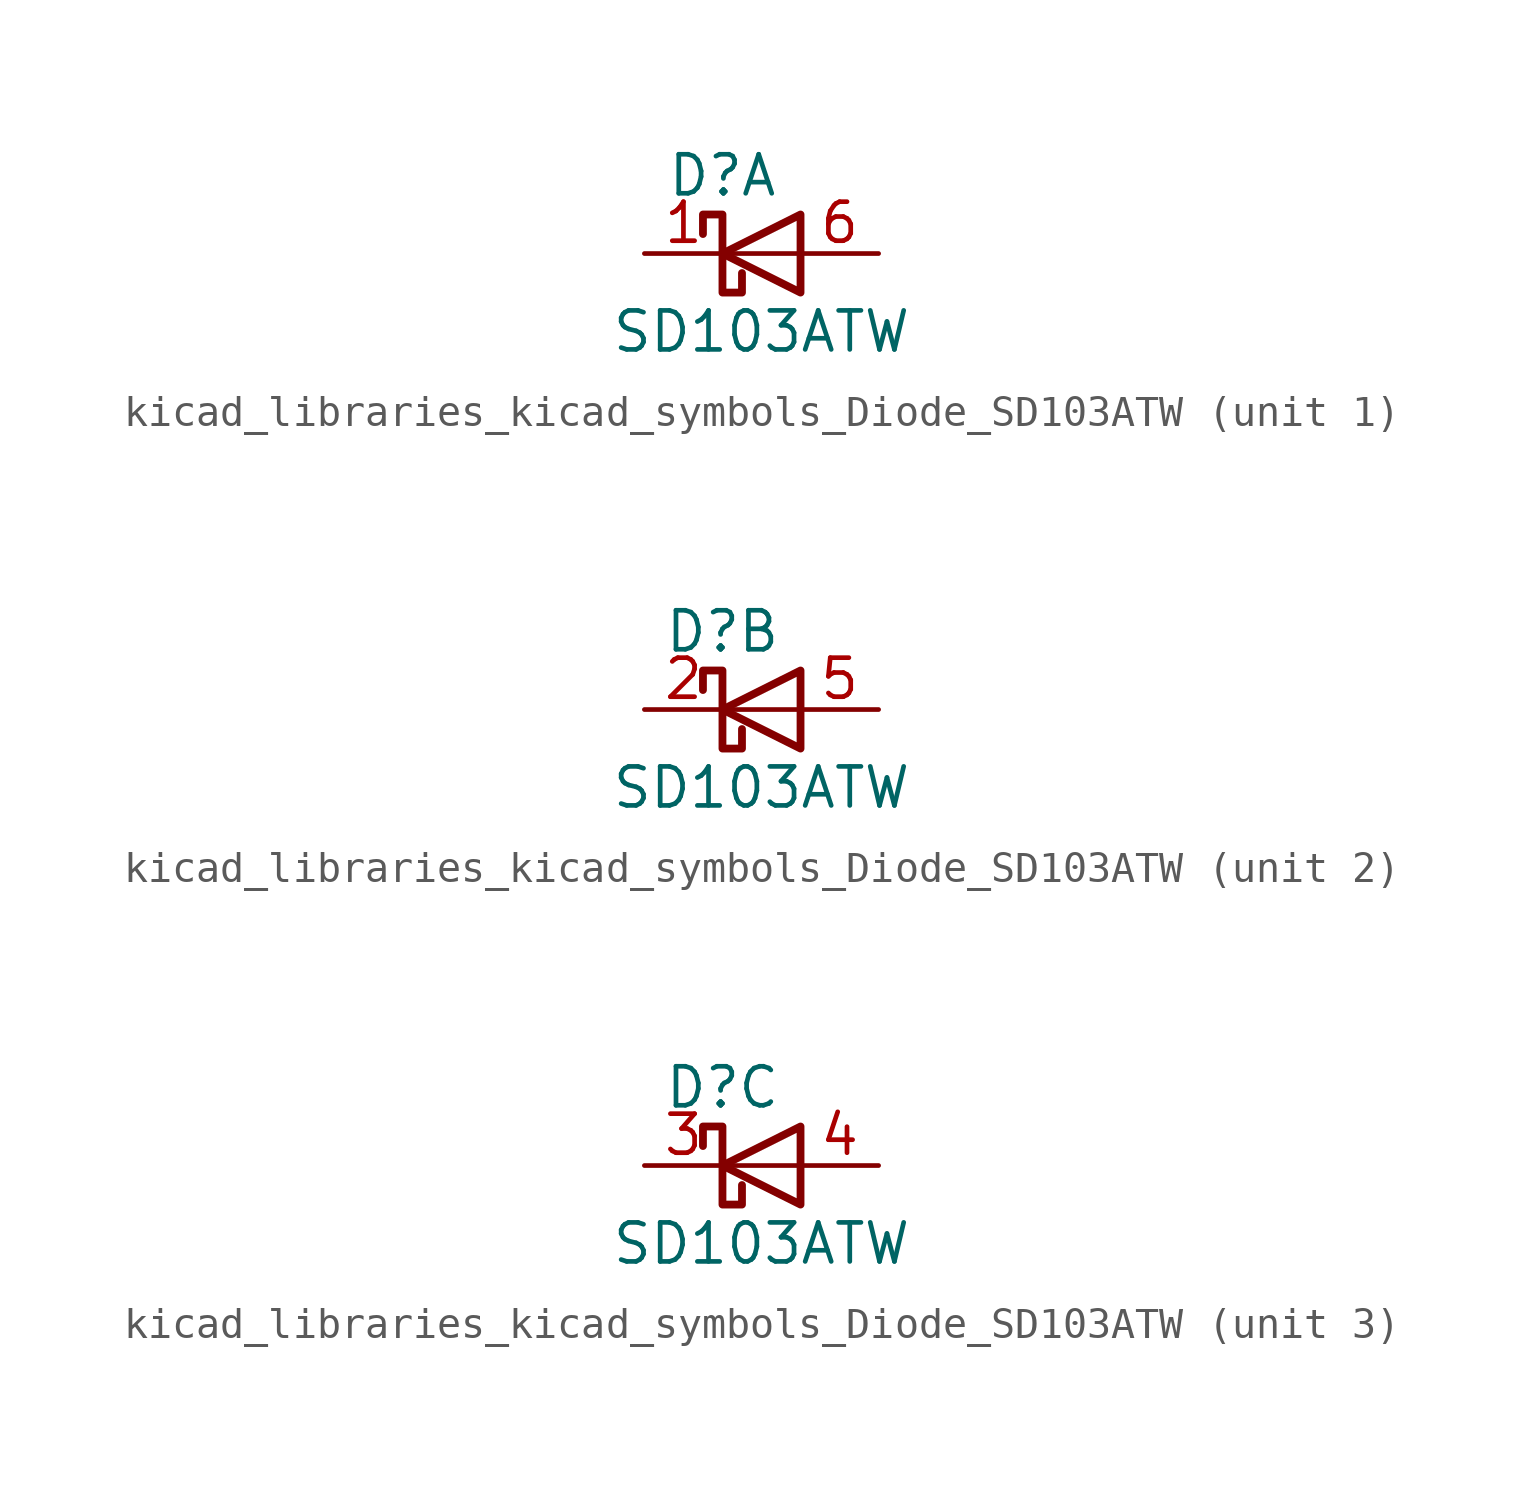
<source format=kicad_sym>
(kicad_symbol_lib
  (version 20220914)
  (generator kicad_symbol_editor)
  (symbol "kicad_libraries_kicad_symbols_Diode_SD103ATW"
    (pin_names hide)
    (property "Reference" "D"
      (at -1.27 2.54 0)
      (effects (font (size 1.27 1.27))))
    (property "Value" "SD103ATW"
      (at 0 -2.54 0)
      (effects (font (size 1.27 1.27))))
    (symbol "kicad_libraries_kicad_symbols_Diode_SD103ATW_0_1"
      (polyline (pts (xy 1.27 0) (xy -1.27 0)) (stroke (width 0) (type default)) (fill (type none)))
      (polyline (pts (xy 1.27 1.27) (xy 1.27 -1.27) (xy -1.27 0) (xy 1.27 1.27)) (stroke (width 0.254) (type default)) (fill (type none)))
      (polyline (pts (xy -1.905 0.635) (xy -1.905 1.27) (xy -1.27 1.27) (xy -1.27 -1.27) (xy -0.635 -1.27) (xy -0.635 -0.635)) (stroke (width 0.254) (type default)) (fill (type none))))
    (symbol "kicad_libraries_kicad_symbols_Diode_SD103ATW_1_1"
      (pin passive line (at -3.81 0 0) (length 2.54) (name "K" (effects (font (size 1.27 1.27)))) (number "1" (effects (font (size 1.27 1.27)))))
      (pin passive line (at 3.81 0 180) (length 2.54) (name "A" (effects (font (size 1.27 1.27)))) (number "6" (effects (font (size 1.27 1.27))))))
    (symbol "kicad_libraries_kicad_symbols_Diode_SD103ATW_2_1"
      (pin passive line (at -3.81 0 0) (length 2.54) (name "K" (effects (font (size 1.27 1.27)))) (number "2" (effects (font (size 1.27 1.27)))))
      (pin passive line (at 3.81 0 180) (length 2.54) (name "A" (effects (font (size 1.27 1.27)))) (number "5" (effects (font (size 1.27 1.27))))))
    (symbol "kicad_libraries_kicad_symbols_Diode_SD103ATW_3_1"
      (pin passive line (at -3.81 0 0) (length 2.54) (name "K" (effects (font (size 1.27 1.27)))) (number "3" (effects (font (size 1.27 1.27)))))
      (pin passive line (at 3.81 0 180) (length 2.54) (name "A" (effects (font (size 1.27 1.27)))) (number "4" (effects (font (size 1.27 1.27))))))))
</source>
